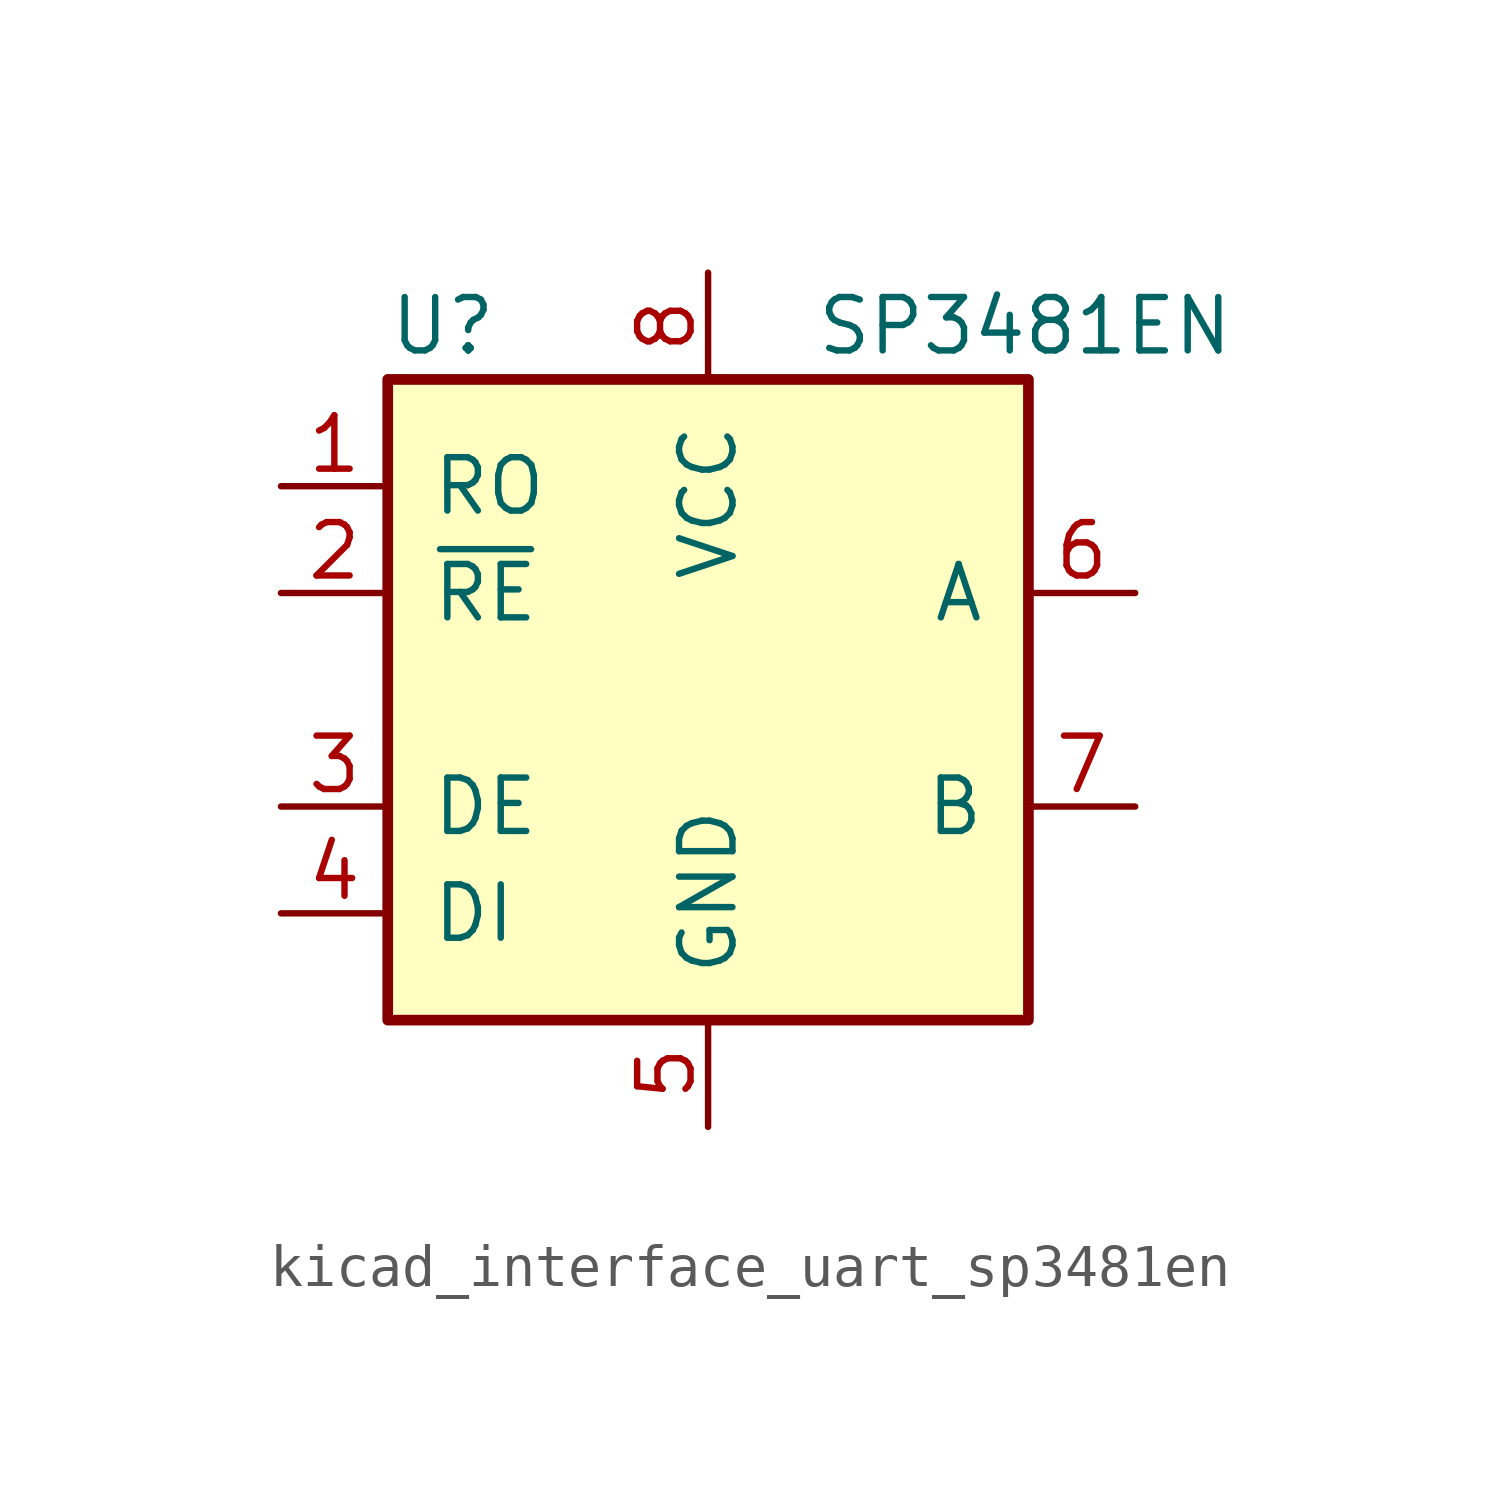
<source format=kicad_sym>
(kicad_symbol_lib
  (version 20220914)
  (generator kicad_symbol_editor)
  (symbol "kicad_interface_uart_sp3481en"
    (pin_names
      (offset 1.016))
    (property "Reference" "U"
      (at -7.62 8.89 0)
      (effects (font (size 1.27 1.27)) (justify left)))
    (property "Value" "SP3481EN"
      (at 2.54 8.89 0)
      (effects (font (size 1.27 1.27)) (justify left)))
    (symbol "kicad_interface_uart_sp3481en_0_1"
      (rectangle (start -7.62 7.62) (end 7.62 -7.62) (stroke (width 0.254) (type default)) (fill (type background))))
    (symbol "kicad_interface_uart_sp3481en_1_1"
      (pin output line (at -10.16 5.08 0) (length 2.54) (name "RO" (effects (font (size 1.27 1.27)))) (number "1" (effects (font (size 1.27 1.27)))))
      (pin input line (at -10.16 2.54 0) (length 2.54) (name "~{RE}" (effects (font (size 1.27 1.27)))) (number "2" (effects (font (size 1.27 1.27)))))
      (pin input line (at -10.16 -2.54 0) (length 2.54) (name "DE" (effects (font (size 1.27 1.27)))) (number "3" (effects (font (size 1.27 1.27)))))
      (pin input line (at -10.16 -5.08 0) (length 2.54) (name "DI" (effects (font (size 1.27 1.27)))) (number "4" (effects (font (size 1.27 1.27)))))
      (pin power_in line (at 0 -10.16 90) (length 2.54) (name "GND" (effects (font (size 1.27 1.27)))) (number "5" (effects (font (size 1.27 1.27)))))
      (pin bidirectional line (at 10.16 2.54 180) (length 2.54) (name "A" (effects (font (size 1.27 1.27)))) (number "6" (effects (font (size 1.27 1.27)))))
      (pin bidirectional line (at 10.16 -2.54 180) (length 2.54) (name "B" (effects (font (size 1.27 1.27)))) (number "7" (effects (font (size 1.27 1.27)))))
      (pin power_in line (at 0 10.16 270) (length 2.54) (name "VCC" (effects (font (size 1.27 1.27)))) (number "8" (effects (font (size 1.27 1.27))))))))
</source>
